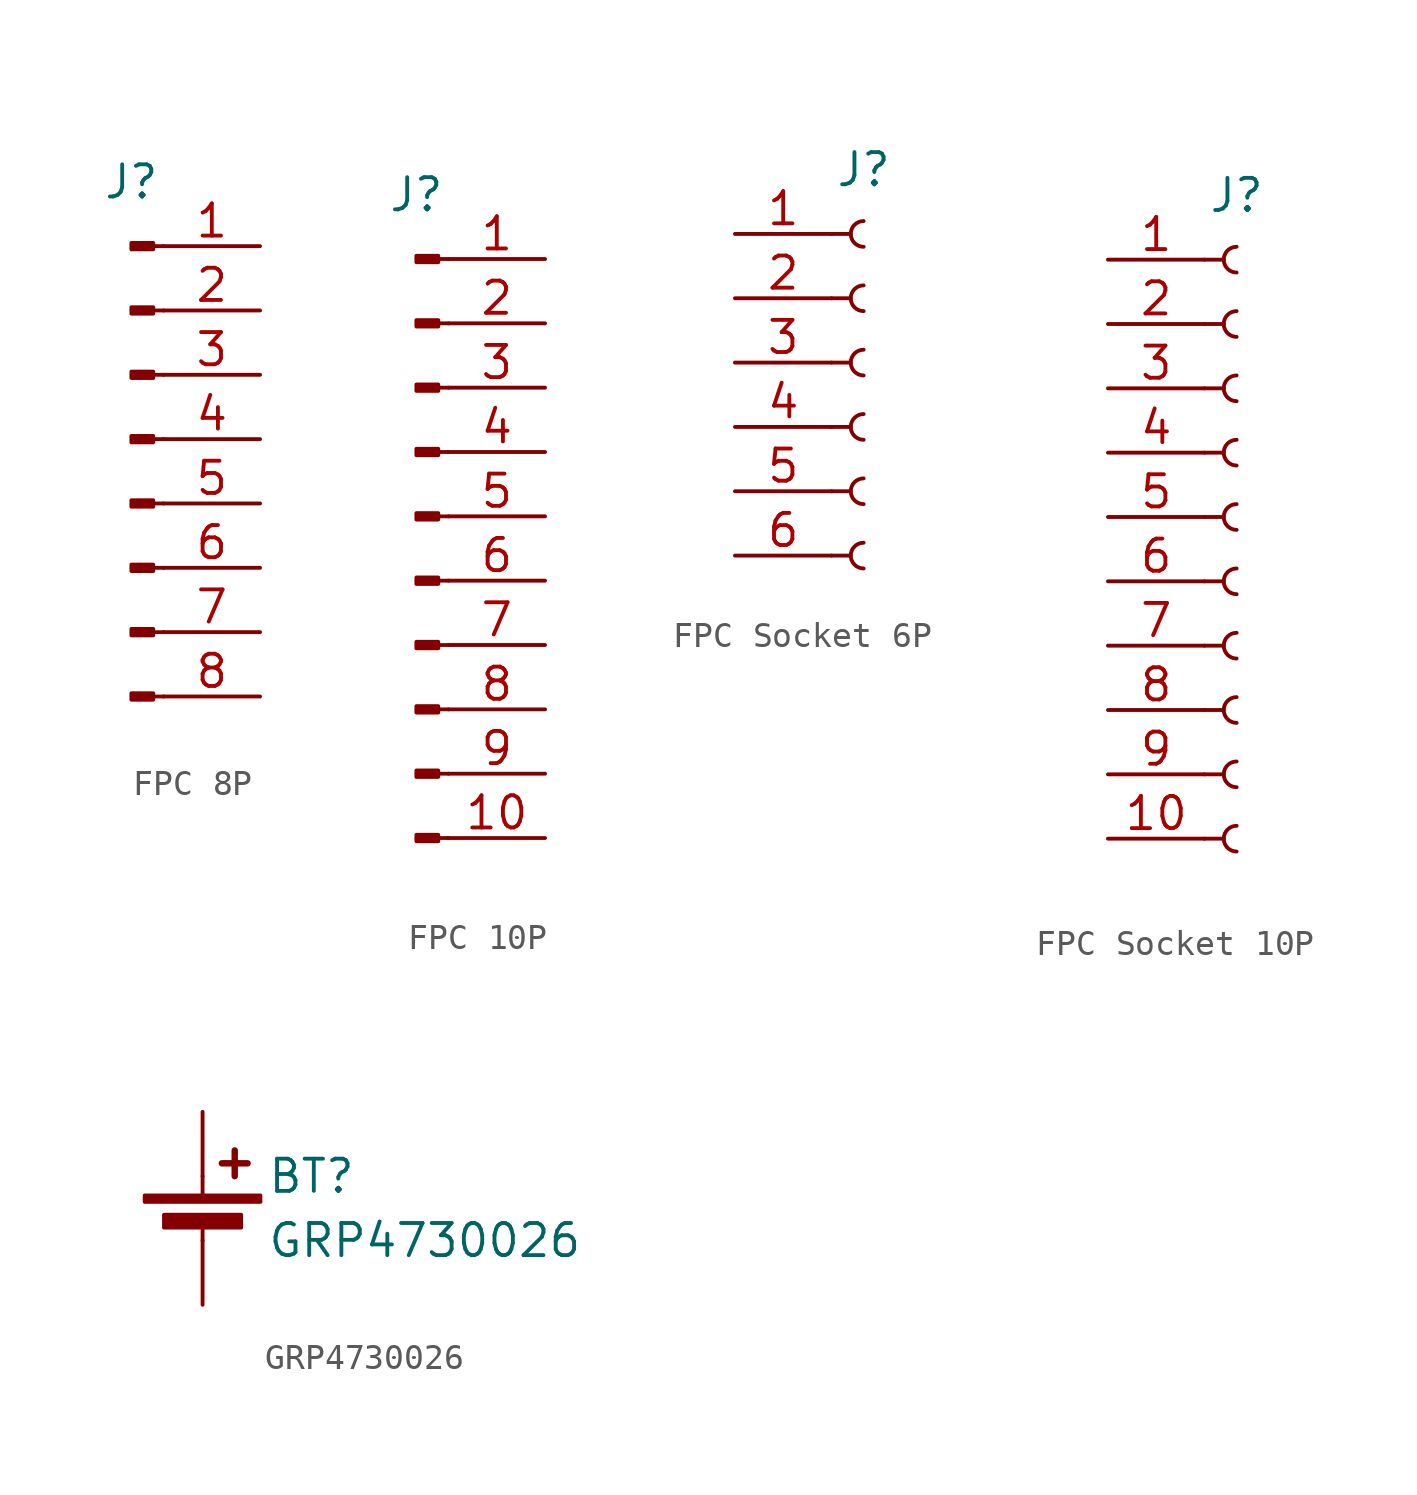
<source format=kicad_sym>
(kicad_symbol_lib
  (version 20231120)
  (generator "kicad_symbol_editor")
  (generator_version "8.0")
  (symbol "FPC 8P"
    (pin_names
      (offset 1.016) hide)
    (property "Reference" "J"
      (at 0 10.16 0)
      (effects (font (size 1.27 1.27))))
    (symbol "FPC 8P_1_1"
      (polyline (pts (xy 1.27 -10.16) (xy 0.864 -10.16)) (stroke (width 0.152) (type default)) (fill (type none)))
      (polyline (pts (xy 1.27 -7.62) (xy 0.864 -7.62)) (stroke (width 0.152) (type default)) (fill (type none)))
      (polyline (pts (xy 1.27 -5.08) (xy 0.864 -5.08)) (stroke (width 0.152) (type default)) (fill (type none)))
      (polyline (pts (xy 1.27 -2.54) (xy 0.864 -2.54)) (stroke (width 0.152) (type default)) (fill (type none)))
      (polyline (pts (xy 1.27 0) (xy 0.864 0)) (stroke (width 0.152) (type default)) (fill (type none)))
      (polyline (pts (xy 1.27 2.54) (xy 0.864 2.54)) (stroke (width 0.152) (type default)) (fill (type none)))
      (polyline (pts (xy 1.27 5.08) (xy 0.864 5.08)) (stroke (width 0.152) (type default)) (fill (type none)))
      (polyline (pts (xy 1.27 7.62) (xy 0.864 7.62)) (stroke (width 0.152) (type default)) (fill (type none)))
      (rectangle (start 0.864 -10.033) (end 0 -10.287) (stroke (width 0.152) (type default)) (fill (type outline)))
      (rectangle (start 0.864 -7.493) (end 0 -7.747) (stroke (width 0.152) (type default)) (fill (type outline)))
      (rectangle (start 0.864 -4.953) (end 0 -5.207) (stroke (width 0.152) (type default)) (fill (type outline)))
      (rectangle (start 0.864 -2.413) (end 0 -2.667) (stroke (width 0.152) (type default)) (fill (type outline)))
      (rectangle (start 0.864 0.127) (end 0 -0.127) (stroke (width 0.152) (type default)) (fill (type outline)))
      (rectangle (start 0.864 2.667) (end 0 2.413) (stroke (width 0.152) (type default)) (fill (type outline)))
      (rectangle (start 0.864 5.207) (end 0 4.953) (stroke (width 0.152) (type default)) (fill (type outline)))
      (rectangle (start 0.864 7.747) (end 0 7.493) (stroke (width 0.152) (type default)) (fill (type outline)))
      (pin passive line (at 5.08 7.62 180) (length 3.81) (name "Pin_1" (effects (font (size 1.27 1.27)))) (number "1" (effects (font (size 1.27 1.27)))))
      (pin passive line (at 5.08 5.08 180) (length 3.81) (name "Pin_2" (effects (font (size 1.27 1.27)))) (number "2" (effects (font (size 1.27 1.27)))))
      (pin passive line (at 5.08 2.54 180) (length 3.81) (name "Pin_3" (effects (font (size 1.27 1.27)))) (number "3" (effects (font (size 1.27 1.27)))))
      (pin passive line (at 5.08 0 180) (length 3.81) (name "Pin_4" (effects (font (size 1.27 1.27)))) (number "4" (effects (font (size 1.27 1.27)))))
      (pin passive line (at 5.08 -2.54 180) (length 3.81) (name "Pin_5" (effects (font (size 1.27 1.27)))) (number "5" (effects (font (size 1.27 1.27)))))
      (pin passive line (at 5.08 -5.08 180) (length 3.81) (name "Pin_6" (effects (font (size 1.27 1.27)))) (number "6" (effects (font (size 1.27 1.27)))))
      (pin passive line (at 5.08 -7.62 180) (length 3.81) (name "Pin_7" (effects (font (size 1.27 1.27)))) (number "7" (effects (font (size 1.27 1.27)))))
      (pin passive line (at 5.08 -10.16 180) (length 3.81) (name "Pin_8" (effects (font (size 1.27 1.27)))) (number "8" (effects (font (size 1.27 1.27)))))))
  (symbol "FPC 10P"
    (pin_names
      (offset 1.016) hide)
    (property "Reference" "J"
      (at 0 12.7 0)
      (effects (font (size 1.27 1.27))))
    (symbol "FPC 10P_1_1"
      (polyline (pts (xy 1.27 -12.7) (xy 0.864 -12.7)) (stroke (width 0.152) (type default)) (fill (type none)))
      (polyline (pts (xy 1.27 -10.16) (xy 0.864 -10.16)) (stroke (width 0.152) (type default)) (fill (type none)))
      (polyline (pts (xy 1.27 -7.62) (xy 0.864 -7.62)) (stroke (width 0.152) (type default)) (fill (type none)))
      (polyline (pts (xy 1.27 -5.08) (xy 0.864 -5.08)) (stroke (width 0.152) (type default)) (fill (type none)))
      (polyline (pts (xy 1.27 -2.54) (xy 0.864 -2.54)) (stroke (width 0.152) (type default)) (fill (type none)))
      (polyline (pts (xy 1.27 0) (xy 0.864 0)) (stroke (width 0.152) (type default)) (fill (type none)))
      (polyline (pts (xy 1.27 2.54) (xy 0.864 2.54)) (stroke (width 0.152) (type default)) (fill (type none)))
      (polyline (pts (xy 1.27 5.08) (xy 0.864 5.08)) (stroke (width 0.152) (type default)) (fill (type none)))
      (polyline (pts (xy 1.27 7.62) (xy 0.864 7.62)) (stroke (width 0.152) (type default)) (fill (type none)))
      (polyline (pts (xy 1.27 10.16) (xy 0.864 10.16)) (stroke (width 0.152) (type default)) (fill (type none)))
      (rectangle (start 0.864 -12.573) (end 0 -12.827) (stroke (width 0.152) (type default)) (fill (type outline)))
      (rectangle (start 0.864 -10.033) (end 0 -10.287) (stroke (width 0.152) (type default)) (fill (type outline)))
      (rectangle (start 0.864 -7.493) (end 0 -7.747) (stroke (width 0.152) (type default)) (fill (type outline)))
      (rectangle (start 0.864 -4.953) (end 0 -5.207) (stroke (width 0.152) (type default)) (fill (type outline)))
      (rectangle (start 0.864 -2.413) (end 0 -2.667) (stroke (width 0.152) (type default)) (fill (type outline)))
      (rectangle (start 0.864 0.127) (end 0 -0.127) (stroke (width 0.152) (type default)) (fill (type outline)))
      (rectangle (start 0.864 2.667) (end 0 2.413) (stroke (width 0.152) (type default)) (fill (type outline)))
      (rectangle (start 0.864 5.207) (end 0 4.953) (stroke (width 0.152) (type default)) (fill (type outline)))
      (rectangle (start 0.864 7.747) (end 0 7.493) (stroke (width 0.152) (type default)) (fill (type outline)))
      (rectangle (start 0.864 10.287) (end 0 10.033) (stroke (width 0.152) (type default)) (fill (type outline)))
      (pin passive line (at 5.08 10.16 180) (length 3.81) (name "Pin_1" (effects (font (size 1.27 1.27)))) (number "1" (effects (font (size 1.27 1.27)))))
      (pin passive line (at 5.08 -12.7 180) (length 3.81) (name "Pin_10" (effects (font (size 1.27 1.27)))) (number "10" (effects (font (size 1.27 1.27)))))
      (pin passive line (at 5.08 7.62 180) (length 3.81) (name "Pin_2" (effects (font (size 1.27 1.27)))) (number "2" (effects (font (size 1.27 1.27)))))
      (pin passive line (at 5.08 5.08 180) (length 3.81) (name "Pin_3" (effects (font (size 1.27 1.27)))) (number "3" (effects (font (size 1.27 1.27)))))
      (pin passive line (at 5.08 2.54 180) (length 3.81) (name "Pin_4" (effects (font (size 1.27 1.27)))) (number "4" (effects (font (size 1.27 1.27)))))
      (pin passive line (at 5.08 0 180) (length 3.81) (name "Pin_5" (effects (font (size 1.27 1.27)))) (number "5" (effects (font (size 1.27 1.27)))))
      (pin passive line (at 5.08 -2.54 180) (length 3.81) (name "Pin_6" (effects (font (size 1.27 1.27)))) (number "6" (effects (font (size 1.27 1.27)))))
      (pin passive line (at 5.08 -5.08 180) (length 3.81) (name "Pin_7" (effects (font (size 1.27 1.27)))) (number "7" (effects (font (size 1.27 1.27)))))
      (pin passive line (at 5.08 -7.62 180) (length 3.81) (name "Pin_8" (effects (font (size 1.27 1.27)))) (number "8" (effects (font (size 1.27 1.27)))))
      (pin passive line (at 5.08 -10.16 180) (length 3.81) (name "Pin_9" (effects (font (size 1.27 1.27)))) (number "9" (effects (font (size 1.27 1.27)))))))
  (symbol "FPC Socket 6P"
    (pin_names
      (offset 1.016) hide)
    (property "Reference" "J"
      (at 0 7.62 0)
      (effects (font (size 1.27 1.27))))
    (symbol "FPC Socket 6P_1_1"
      (arc (start 0 -7.112) (mid -0.5058 -7.62) (end 0 -8.128) (stroke (width 0.1524) (type default)) (fill (type none)))
      (arc (start 0 -4.572) (mid -0.5058 -5.08) (end 0 -5.588) (stroke (width 0.1524) (type default)) (fill (type none)))
      (arc (start 0 -2.032) (mid -0.5058 -2.54) (end 0 -3.048) (stroke (width 0.1524) (type default)) (fill (type none)))
      (polyline (pts (xy -1.27 -7.62) (xy -0.508 -7.62)) (stroke (width 0.152) (type default)) (fill (type none)))
      (polyline (pts (xy -1.27 -5.08) (xy -0.508 -5.08)) (stroke (width 0.152) (type default)) (fill (type none)))
      (polyline (pts (xy -1.27 -2.54) (xy -0.508 -2.54)) (stroke (width 0.152) (type default)) (fill (type none)))
      (polyline (pts (xy -1.27 0) (xy -0.508 0)) (stroke (width 0.152) (type default)) (fill (type none)))
      (polyline (pts (xy -1.27 2.54) (xy -0.508 2.54)) (stroke (width 0.152) (type default)) (fill (type none)))
      (polyline (pts (xy -1.27 5.08) (xy -0.508 5.08)) (stroke (width 0.152) (type default)) (fill (type none)))
      (arc (start 0 0.508) (mid -0.5058 0) (end 0 -0.508) (stroke (width 0.1524) (type default)) (fill (type none)))
      (arc (start 0 3.048) (mid -0.5058 2.54) (end 0 2.032) (stroke (width 0.1524) (type default)) (fill (type none)))
      (arc (start 0 5.588) (mid -0.5058 5.08) (end 0 4.572) (stroke (width 0.1524) (type default)) (fill (type none)))
      (pin passive line (at -5.08 5.08 0) (length 3.81) (name "Pin_1" (effects (font (size 1.27 1.27)))) (number "1" (effects (font (size 1.27 1.27)))))
      (pin passive line (at -5.08 2.54 0) (length 3.81) (name "Pin_2" (effects (font (size 1.27 1.27)))) (number "2" (effects (font (size 1.27 1.27)))))
      (pin passive line (at -5.08 0 0) (length 3.81) (name "Pin_3" (effects (font (size 1.27 1.27)))) (number "3" (effects (font (size 1.27 1.27)))))
      (pin passive line (at -5.08 -2.54 0) (length 3.81) (name "Pin_4" (effects (font (size 1.27 1.27)))) (number "4" (effects (font (size 1.27 1.27)))))
      (pin passive line (at -5.08 -5.08 0) (length 3.81) (name "Pin_5" (effects (font (size 1.27 1.27)))) (number "5" (effects (font (size 1.27 1.27)))))
      (pin passive line (at -5.08 -7.62 0) (length 3.81) (name "Pin_6" (effects (font (size 1.27 1.27)))) (number "6" (effects (font (size 1.27 1.27)))))))
  (symbol "FPC Socket 10P"
    (pin_names
      (offset 1.016) hide)
    (property "Reference" "J"
      (at 0 12.7 0)
      (effects (font (size 1.27 1.27))))
    (symbol "FPC Socket 10P_1_1"
      (arc (start 0 -12.192) (mid -0.5058 -12.7) (end 0 -13.208) (stroke (width 0.1524) (type default)) (fill (type none)))
      (arc (start 0 -9.652) (mid -0.5058 -10.16) (end 0 -10.668) (stroke (width 0.1524) (type default)) (fill (type none)))
      (arc (start 0 -7.112) (mid -0.5058 -7.62) (end 0 -8.128) (stroke (width 0.1524) (type default)) (fill (type none)))
      (arc (start 0 -4.572) (mid -0.5058 -5.08) (end 0 -5.588) (stroke (width 0.1524) (type default)) (fill (type none)))
      (arc (start 0 -2.032) (mid -0.5058 -2.54) (end 0 -3.048) (stroke (width 0.1524) (type default)) (fill (type none)))
      (polyline (pts (xy -1.27 -12.7) (xy -0.508 -12.7)) (stroke (width 0.152) (type default)) (fill (type none)))
      (polyline (pts (xy -1.27 -10.16) (xy -0.508 -10.16)) (stroke (width 0.152) (type default)) (fill (type none)))
      (polyline (pts (xy -1.27 -7.62) (xy -0.508 -7.62)) (stroke (width 0.152) (type default)) (fill (type none)))
      (polyline (pts (xy -1.27 -5.08) (xy -0.508 -5.08)) (stroke (width 0.152) (type default)) (fill (type none)))
      (polyline (pts (xy -1.27 -2.54) (xy -0.508 -2.54)) (stroke (width 0.152) (type default)) (fill (type none)))
      (polyline (pts (xy -1.27 0) (xy -0.508 0)) (stroke (width 0.152) (type default)) (fill (type none)))
      (polyline (pts (xy -1.27 2.54) (xy -0.508 2.54)) (stroke (width 0.152) (type default)) (fill (type none)))
      (polyline (pts (xy -1.27 5.08) (xy -0.508 5.08)) (stroke (width 0.152) (type default)) (fill (type none)))
      (polyline (pts (xy -1.27 7.62) (xy -0.508 7.62)) (stroke (width 0.152) (type default)) (fill (type none)))
      (polyline (pts (xy -1.27 10.16) (xy -0.508 10.16)) (stroke (width 0.152) (type default)) (fill (type none)))
      (arc (start 0 0.508) (mid -0.5058 0) (end 0 -0.508) (stroke (width 0.1524) (type default)) (fill (type none)))
      (arc (start 0 3.048) (mid -0.5058 2.54) (end 0 2.032) (stroke (width 0.1524) (type default)) (fill (type none)))
      (arc (start 0 5.588) (mid -0.5058 5.08) (end 0 4.572) (stroke (width 0.1524) (type default)) (fill (type none)))
      (arc (start 0 8.128) (mid -0.5058 7.62) (end 0 7.112) (stroke (width 0.1524) (type default)) (fill (type none)))
      (arc (start 0 10.668) (mid -0.5058 10.16) (end 0 9.652) (stroke (width 0.1524) (type default)) (fill (type none)))
      (pin passive line (at -5.08 10.16 0) (length 3.81) (name "Pin_1" (effects (font (size 1.27 1.27)))) (number "1" (effects (font (size 1.27 1.27)))))
      (pin passive line (at -5.08 -12.7 0) (length 3.81) (name "Pin_10" (effects (font (size 1.27 1.27)))) (number "10" (effects (font (size 1.27 1.27)))))
      (pin passive line (at -5.08 7.62 0) (length 3.81) (name "Pin_2" (effects (font (size 1.27 1.27)))) (number "2" (effects (font (size 1.27 1.27)))))
      (pin passive line (at -5.08 5.08 0) (length 3.81) (name "Pin_3" (effects (font (size 1.27 1.27)))) (number "3" (effects (font (size 1.27 1.27)))))
      (pin passive line (at -5.08 2.54 0) (length 3.81) (name "Pin_4" (effects (font (size 1.27 1.27)))) (number "4" (effects (font (size 1.27 1.27)))))
      (pin passive line (at -5.08 0 0) (length 3.81) (name "Pin_5" (effects (font (size 1.27 1.27)))) (number "5" (effects (font (size 1.27 1.27)))))
      (pin passive line (at -5.08 -2.54 0) (length 3.81) (name "Pin_6" (effects (font (size 1.27 1.27)))) (number "6" (effects (font (size 1.27 1.27)))))
      (pin passive line (at -5.08 -5.08 0) (length 3.81) (name "Pin_7" (effects (font (size 1.27 1.27)))) (number "7" (effects (font (size 1.27 1.27)))))
      (pin passive line (at -5.08 -7.62 0) (length 3.81) (name "Pin_8" (effects (font (size 1.27 1.27)))) (number "8" (effects (font (size 1.27 1.27)))))
      (pin passive line (at -5.08 -10.16 0) (length 3.81) (name "Pin_9" (effects (font (size 1.27 1.27)))) (number "9" (effects (font (size 1.27 1.27)))))))
  (symbol "GRP4730026"
    (pin_numbers hide)
    (pin_names
      (offset 0) hide)
    (property "Reference" "BT"
      (at 2.54 2.54 0)
      (effects (font (size 1.27 1.27)) (justify left)))
    (property "Value" "GRP4730026"
      (at 2.54 0 0)
      (effects (font (size 1.27 1.27)) (justify left)))
    (symbol "GRP4730026_0_1"
      (rectangle (start -2.286 1.778) (end 2.286 1.524) (stroke (width 0) (type default)) (fill (type outline)))
      (rectangle (start -1.524 1.016) (end 1.524 0.508) (stroke (width 0) (type default)) (fill (type outline)))
      (polyline (pts (xy 0 0.762) (xy 0 0)) (stroke (width 0) (type default)) (fill (type none)))
      (polyline (pts (xy 0 1.778) (xy 0 2.54)) (stroke (width 0) (type default)) (fill (type none)))
      (polyline (pts (xy 0.762 3.048) (xy 1.778 3.048)) (stroke (width 0.254) (type default)) (fill (type none)))
      (polyline (pts (xy 1.27 3.556) (xy 1.27 2.54)) (stroke (width 0.254) (type default)) (fill (type none))))
    (symbol "GRP4730026_1_1"
      (pin passive line (at 0 5.08 270) (length 2.54) (name "+" (effects (font (size 1.27 1.27)))) (number "1" (effects (font (size 1.27 1.27)))))
      (pin passive line (at 0 -2.54 90) (length 2.54) (name "-" (effects (font (size 1.27 1.27)))) (number "2" (effects (font (size 1.27 1.27))))))))
</source>
